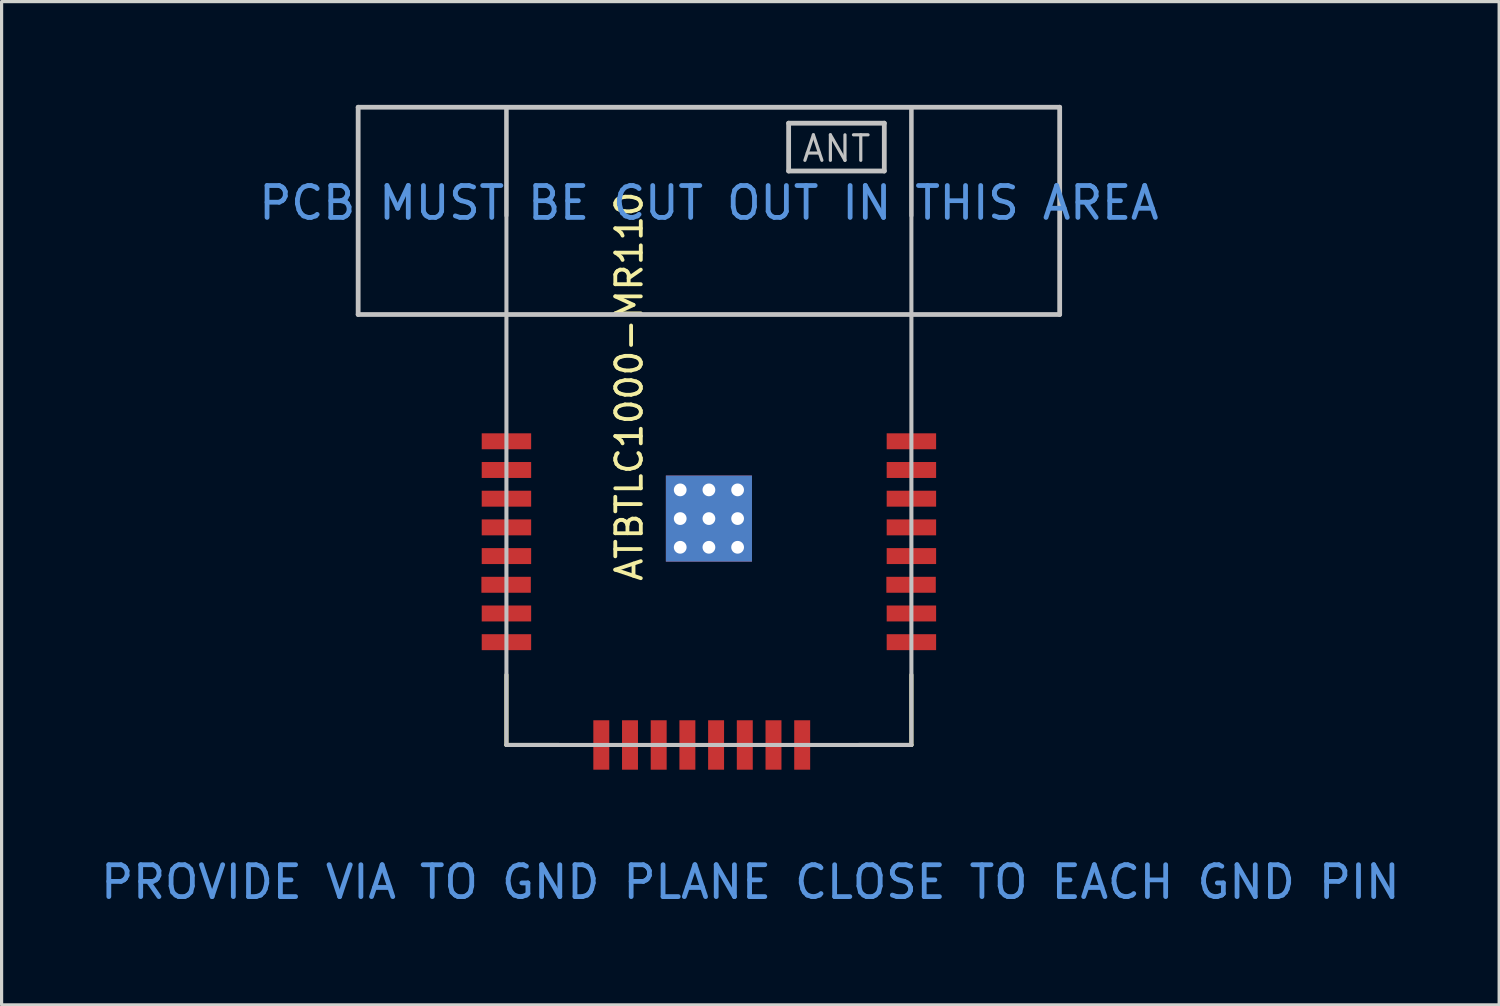
<source format=kicad_pcb>
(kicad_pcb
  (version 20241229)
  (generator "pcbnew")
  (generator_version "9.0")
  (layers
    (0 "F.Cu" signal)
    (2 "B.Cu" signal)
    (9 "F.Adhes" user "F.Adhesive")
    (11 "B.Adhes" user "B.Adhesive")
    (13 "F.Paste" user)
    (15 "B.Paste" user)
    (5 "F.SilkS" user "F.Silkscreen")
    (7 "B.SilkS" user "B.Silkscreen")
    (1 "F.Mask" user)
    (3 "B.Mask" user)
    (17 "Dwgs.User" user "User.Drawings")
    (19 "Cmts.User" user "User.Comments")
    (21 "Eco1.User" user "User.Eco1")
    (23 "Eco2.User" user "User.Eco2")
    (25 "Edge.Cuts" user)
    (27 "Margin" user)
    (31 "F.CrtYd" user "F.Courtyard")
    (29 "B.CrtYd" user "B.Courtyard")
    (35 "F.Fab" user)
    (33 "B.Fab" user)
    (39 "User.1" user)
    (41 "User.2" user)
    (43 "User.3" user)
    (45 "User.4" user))
  (footprint "ATBTLC1000-MR110"
    (layer "F.Cu")
    (at 19.182 10.313)
    (property "Reference" "ATBTLC1000-MR110" (at -2.5 -1.25 90) (layer "F.SilkS") (effects (font (size 0.8 0.8) (thickness 0.12))))
    (attr smd)
    (fp_line (start -6.35 7.8) (end -6.35 10) (stroke (width 0.127) (type solid)) (layer "F.SilkS"))
    (fp_line (start -6.35 10) (end -4.7 10) (stroke (width 0.127) (type solid)) (layer "F.SilkS"))
    (fp_line (start 6.35 7.8) (end 6.35 10) (stroke (width 0.127) (type solid)) (layer "F.SilkS"))
    (fp_line (start 6.35 10) (end 4.7 10) (stroke (width 0.127) (type solid)) (layer "F.SilkS"))
    (fp_line (start -11 -10) (end 11 -10) (stroke (width 0.15) (type solid)) (layer "Dwgs.User"))
    (fp_line (start -11 -3.5) (end -11 -10) (stroke (width 0.15) (type solid)) (layer "Dwgs.User"))
    (fp_line (start -6.35 -10) (end -6.35 -6.6) (stroke (width 0.127) (type solid)) (layer "Dwgs.User"))
    (fp_line (start -6.35 -10) (end -6.35 10) (stroke (width 0.127) (type solid)) (layer "Dwgs.User"))
    (fp_line (start -6.35 10) (end 6.35 10) (stroke (width 0.127) (type solid)) (layer "Dwgs.User"))
    (fp_line (start 2.5 -9.5) (end 5.5 -9.5) (stroke (width 0.15) (type solid)) (layer "Dwgs.User"))
    (fp_line (start 2.5 -8) (end 2.5 -9.5) (stroke (width 0.15) (type solid)) (layer "Dwgs.User"))
    (fp_line (start 5.5 -9.5) (end 5.5 -8) (stroke (width 0.15) (type solid)) (layer "Dwgs.User"))
    (fp_line (start 5.5 -8) (end 2.5 -8) (stroke (width 0.15) (type solid)) (layer "Dwgs.User"))
    (fp_line (start 6.35 -10) (end -6.35 -10) (stroke (width 0.127) (type solid)) (layer "Dwgs.User"))
    (fp_line (start 6.35 -10) (end 6.35 -6.6) (stroke (width 0.127) (type solid)) (layer "Dwgs.User"))
    (fp_line (start 6.35 10) (end 6.35 -10) (stroke (width 0.127) (type solid)) (layer "Dwgs.User"))
    (fp_line (start 11 -10) (end 11 -3.5) (stroke (width 0.15) (type solid)) (layer "Dwgs.User"))
    (fp_line (start 11 -3.5) (end -11 -3.5) (stroke (width 0.15) (type solid)) (layer "Dwgs.User"))
    (fp_line (start -7.55 -10.25) (end 7.55 -10.25) (stroke (width 0.127) (type solid)) (layer "Eco1.User"))
    (fp_line (start -7.55 10.85) (end -7.55 -10.25) (stroke (width 0.127) (type solid)) (layer "Eco1.User"))
    (fp_line (start 7.55 -10.25) (end 7.55 10.85) (stroke (width 0.127) (type solid)) (layer "Eco1.User"))
    (fp_line (start 7.55 10.85) (end -7.55 10.85) (stroke (width 0.127) (type solid)) (layer "Eco1.User"))
    (fp_text user "ANT" (at 4 -8.7 0) (layer "Dwgs.User") (effects (font (size 0.8 0.8) (thickness 0.1))))
    (fp_text user "PCB MUST BE CUT OUT IN THIS AREA" (at 0 -7 0) (layer "Cmts.User") (effects (font (size 1 1) (thickness 0.15))))
    (fp_text user "PROVIDE VIA TO GND PLANE CLOSE TO EACH GND PIN" (at 1.3 14.3 0) (layer "Cmts.User") (effects (font (size 1 1) (thickness 0.15))))
    (pad "1" smd rect (at -6.35 0.476) (size 1.55 0.5) (layers "F.Cu" "F.Mask" "F.Paste"))
    (pad "2" smd rect (at -6.35 1.376) (size 1.55 0.5) (layers "F.Cu" "F.Mask" "F.Paste"))
    (pad "3" smd rect (at -6.35 2.276) (size 1.55 0.5) (layers "F.Cu" "F.Mask" "F.Paste"))
    (pad "4" smd rect (at -6.35 3.176) (size 1.55 0.5) (layers "F.Cu" "F.Mask" "F.Paste"))
    (pad "5" smd rect (at -6.35 4.076) (size 1.55 0.5) (layers "F.Cu" "F.Mask" "F.Paste"))
    (pad "6" smd rect (at -6.36 4.976) (size 1.55 0.5) (layers "F.Cu" "F.Mask" "F.Paste"))
    (pad "7" smd rect (at -6.35 5.876) (size 1.55 0.5) (layers "F.Cu" "F.Mask" "F.Paste"))
    (pad "8" smd rect (at -6.35 6.776) (size 1.55 0.5) (layers "F.Cu" "F.Mask" "F.Paste"))
    (pad "9" smd rect (at -3.375 10 90) (size 1.55 0.5) (layers "F.Cu" "F.Mask" "F.Paste"))
    (pad "10" smd rect (at -2.475 10 90) (size 1.55 0.5) (layers "F.Cu" "F.Mask" "F.Paste"))
    (pad "11" smd rect (at -1.575 10 90) (size 1.55 0.5) (layers "F.Cu" "F.Mask" "F.Paste"))
    (pad "12" smd rect (at -0.675 10 90) (size 1.55 0.5) (layers "F.Cu" "F.Mask" "F.Paste"))
    (pad "13" smd rect (at 0.225 10 90) (size 1.55 0.5) (layers "F.Cu" "F.Mask" "F.Paste"))
    (pad "14" smd rect (at 1.125 10 90) (size 1.55 0.5) (layers "F.Cu" "F.Mask" "F.Paste"))
    (pad "15" smd rect (at 2.025 10 90) (size 1.55 0.5) (layers "F.Cu" "F.Mask" "F.Paste"))
    (pad "16" smd rect (at 2.925 10 90) (size 1.55 0.5) (layers "F.Cu" "F.Mask" "F.Paste"))
    (pad "17" smd rect (at 6.35 6.776) (size 1.55 0.5) (layers "F.Cu" "F.Mask" "F.Paste"))
    (pad "18" smd rect (at 6.35 5.876) (size 1.55 0.5) (layers "F.Cu" "F.Mask" "F.Paste"))
    (pad "19" smd rect (at 6.34 4.976) (size 1.55 0.5) (layers "F.Cu" "F.Mask" "F.Paste"))
    (pad "20" smd rect (at 6.35 4.076) (size 1.55 0.5) (layers "F.Cu" "F.Mask" "F.Paste"))
    (pad "21" smd rect (at 6.35 3.176) (size 1.55 0.5) (layers "F.Cu" "F.Mask" "F.Paste"))
    (pad "22" smd rect (at 6.35 2.276) (size 1.55 0.5) (layers "F.Cu" "F.Mask" "F.Paste"))
    (pad "23" smd rect (at 6.35 1.376) (size 1.55 0.5) (layers "F.Cu" "F.Mask" "F.Paste"))
    (pad "24" smd rect (at 6.35 0.476) (size 1.55 0.5) (layers "F.Cu" "F.Mask" "F.Paste"))
    (pad "25" thru_hole circle (at -0.9 2 270) (size 0.8 0.8) (drill 0.4) (layers "*.Cu" "F.Mask"))
    (pad "25" thru_hole circle (at -0.9 2.9 270) (size 0.8 0.8) (drill 0.4) (layers "*.Cu" "F.Mask"))
    (pad "25" thru_hole circle (at -0.9 3.8 270) (size 0.8 0.8) (drill 0.4) (layers "*.Cu" "F.Mask"))
    (pad "25" thru_hole circle (at 0 2 270) (size 0.8 0.8) (drill 0.4) (layers "*.Cu" "F.Mask"))
    (pad "25" thru_hole circle (at 0 2.9 270) (size 0.8 0.8) (drill 0.4) (layers "*.Cu" "F.Mask"))
    (pad "25" smd rect (at 0 2.9 270) (size 2.7 2.7) (layers "F.Cu" "F.Mask" "F.Paste"))
    (pad "25" smd rect (at 0 2.9 270) (size 2.7 2.7) (layers "B.Cu"))
    (pad "25" thru_hole circle (at 0 3.8 270) (size 0.8 0.8) (drill 0.4) (layers "*.Cu" "F.Mask"))
    (pad "25" thru_hole circle (at 0.9 2 270) (size 0.8 0.8) (drill 0.4) (layers "*.Cu" "F.Mask"))
    (pad "25" thru_hole circle (at 0.9 2.9 270) (size 0.8 0.8) (drill 0.4) (layers "*.Cu" "F.Mask"))
    (pad "25" thru_hole circle (at 0.9 3.8 270) (size 0.8 0.8) (drill 0.4) (layers "*.Cu" "F.Mask")))
  (gr_rect
    (start -3 -3)
    (end 43.964 28.462)
    (stroke (width 0.1) (type default))
    (fill no)
    (layer "Edge.Cuts")))
</source>
